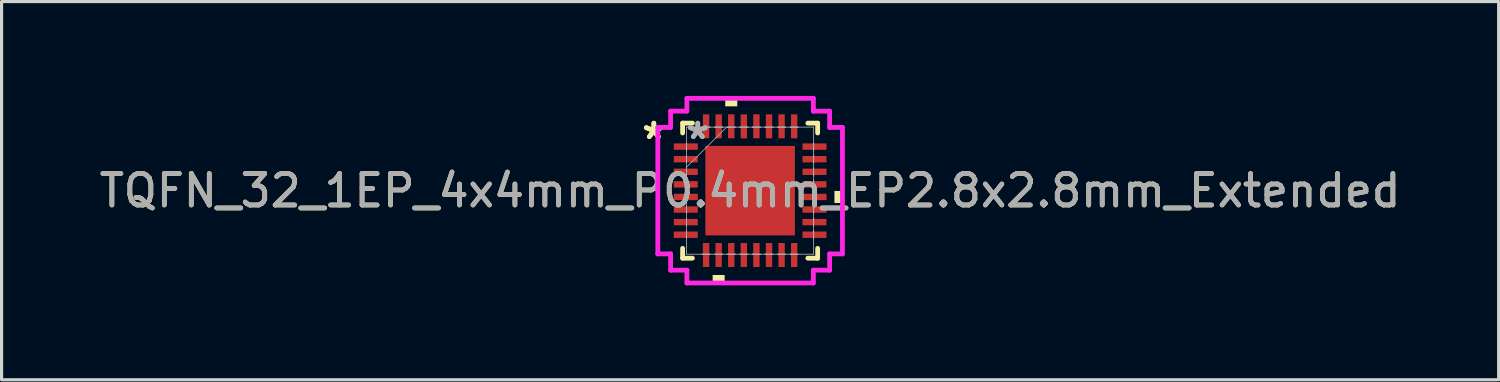
<source format=kicad_pcb>
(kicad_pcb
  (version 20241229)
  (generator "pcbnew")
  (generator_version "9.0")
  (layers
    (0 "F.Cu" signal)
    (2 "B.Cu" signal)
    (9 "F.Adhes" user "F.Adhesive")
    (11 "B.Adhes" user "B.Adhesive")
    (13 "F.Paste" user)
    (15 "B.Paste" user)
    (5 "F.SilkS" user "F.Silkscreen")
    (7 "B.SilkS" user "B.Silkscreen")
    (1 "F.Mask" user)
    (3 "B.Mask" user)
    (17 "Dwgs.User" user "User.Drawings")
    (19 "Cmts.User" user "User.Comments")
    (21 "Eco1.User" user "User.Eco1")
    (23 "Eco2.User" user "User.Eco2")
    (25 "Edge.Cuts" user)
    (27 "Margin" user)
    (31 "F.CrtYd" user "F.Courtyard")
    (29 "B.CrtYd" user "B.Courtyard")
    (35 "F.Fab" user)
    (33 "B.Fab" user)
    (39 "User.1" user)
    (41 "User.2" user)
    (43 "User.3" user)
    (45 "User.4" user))
  (footprint "TQFN_32_1EP_4x4mm_P0.4mm_EP2.8x2.8mm_Extended"
    (layer "F.Cu")
    (at 20.792 3.01)
    (property "Reference" "TQFN_32_1EP_4x4mm_P0.4mm_EP2.8x2.8mm_Extended" (at 0 0 0) (unlocked yes) (layer "F.SilkS") (effects (font (size 1 1) (thickness 0.15))))
    (attr smd)
    (fp_line (start -2.146 -2.146) (end -2.146 -1.834) (stroke (width 0.152) (type solid)) (layer "F.SilkS"))
    (fp_line (start -2.146 1.834) (end -2.146 2.146) (stroke (width 0.152) (type solid)) (layer "F.SilkS"))
    (fp_line (start -2.146 2.146) (end -1.834 2.146) (stroke (width 0.152) (type solid)) (layer "F.SilkS"))
    (fp_line (start -1.834 -2.146) (end -2.146 -2.146) (stroke (width 0.152) (type solid)) (layer "F.SilkS"))
    (fp_line (start 1.834 2.146) (end 2.146 2.146) (stroke (width 0.152) (type solid)) (layer "F.SilkS"))
    (fp_line (start 2.146 -2.146) (end 1.834 -2.146) (stroke (width 0.152) (type solid)) (layer "F.SilkS"))
    (fp_line (start 2.146 -1.834) (end 2.146 -2.146) (stroke (width 0.152) (type solid)) (layer "F.SilkS"))
    (fp_line (start 2.146 2.146) (end 2.146 1.834) (stroke (width 0.152) (type solid)) (layer "F.SilkS"))
    (fp_poly (pts (xy -1.191 2.68) (xy -1.191 2.934) (xy -0.81 2.934) (xy -0.81 2.68)) (stroke (width 0) (type solid)) (fill yes) (layer "F.SilkS"))
    (fp_poly (pts (xy -0.79 -2.68) (xy -0.79 -2.934) (xy -0.409 -2.934) (xy -0.409 -2.68)) (stroke (width 0) (type solid)) (fill yes) (layer "F.SilkS"))
    (fp_poly (pts (xy 2.934 0.009) (xy 2.934 0.391) (xy 2.68 0.391) (xy 2.68 0.009)) (stroke (width 0) (type solid)) (fill yes) (layer "F.SilkS"))
    (fp_poly (pts (xy -1.322 -1.322) (xy -1.322 -0.1) (xy -0.1 -0.1) (xy -0.1 -1.322)) (stroke (width 0) (type solid)) (fill yes) (layer "F.Paste"))
    (fp_poly (pts (xy -1.322 0.1) (xy -1.322 1.322) (xy -0.1 1.322) (xy -0.1 0.1)) (stroke (width 0) (type solid)) (fill yes) (layer "F.Paste"))
    (fp_poly (pts (xy 0.1 -1.322) (xy 0.1 -0.1) (xy 1.322 -0.1) (xy 1.322 -1.322)) (stroke (width 0) (type solid)) (fill yes) (layer "F.Paste"))
    (fp_poly (pts (xy 0.1 0.1) (xy 0.1 1.322) (xy 1.322 1.322) (xy 1.322 0.1)) (stroke (width 0) (type solid)) (fill yes) (layer "F.Paste"))
    (fp_line (start -2.934 -2.01) (end -2.527 -2.01) (stroke (width 0.152) (type solid)) (layer "F.CrtYd"))
    (fp_line (start -2.934 2.01) (end -2.934 -2.01) (stroke (width 0.152) (type solid)) (layer "F.CrtYd"))
    (fp_line (start -2.527 -2.527) (end -2.01 -2.527) (stroke (width 0.152) (type solid)) (layer "F.CrtYd"))
    (fp_line (start -2.527 -2.01) (end -2.527 -2.527) (stroke (width 0.152) (type solid)) (layer "F.CrtYd"))
    (fp_line (start -2.527 2.01) (end -2.934 2.01) (stroke (width 0.152) (type solid)) (layer "F.CrtYd"))
    (fp_line (start -2.527 2.527) (end -2.527 2.01) (stroke (width 0.152) (type solid)) (layer "F.CrtYd"))
    (fp_line (start -2.01 -2.934) (end 2.01 -2.934) (stroke (width 0.152) (type solid)) (layer "F.CrtYd"))
    (fp_line (start -2.01 -2.527) (end -2.01 -2.934) (stroke (width 0.152) (type solid)) (layer "F.CrtYd"))
    (fp_line (start -2.01 2.527) (end -2.527 2.527) (stroke (width 0.152) (type solid)) (layer "F.CrtYd"))
    (fp_line (start -2.01 2.934) (end -2.01 2.527) (stroke (width 0.152) (type solid)) (layer "F.CrtYd"))
    (fp_line (start 2.01 -2.934) (end 2.01 -2.527) (stroke (width 0.152) (type solid)) (layer "F.CrtYd"))
    (fp_line (start 2.01 -2.527) (end 2.527 -2.527) (stroke (width 0.152) (type solid)) (layer "F.CrtYd"))
    (fp_line (start 2.01 2.527) (end 2.01 2.934) (stroke (width 0.152) (type solid)) (layer "F.CrtYd"))
    (fp_line (start 2.01 2.934) (end -2.01 2.934) (stroke (width 0.152) (type solid)) (layer "F.CrtYd"))
    (fp_line (start 2.527 -2.527) (end 2.527 -2.01) (stroke (width 0.152) (type solid)) (layer "F.CrtYd"))
    (fp_line (start 2.527 -2.01) (end 2.934 -2.01) (stroke (width 0.152) (type solid)) (layer "F.CrtYd"))
    (fp_line (start 2.527 2.01) (end 2.527 2.527) (stroke (width 0.152) (type solid)) (layer "F.CrtYd"))
    (fp_line (start 2.527 2.527) (end 2.01 2.527) (stroke (width 0.152) (type solid)) (layer "F.CrtYd"))
    (fp_line (start 2.934 -2.01) (end 2.934 2.01) (stroke (width 0.152) (type solid)) (layer "F.CrtYd"))
    (fp_line (start 2.934 2.01) (end 2.527 2.01) (stroke (width 0.152) (type solid)) (layer "F.CrtYd"))
    (fp_line (start -2.019 -2.019) (end -2.019 -2.019) (stroke (width 0.025) (type solid)) (layer "F.Fab"))
    (fp_line (start -2.019 -2.019) (end -2.019 2.019) (stroke (width 0.025) (type solid)) (layer "F.Fab"))
    (fp_line (start -2.019 -1.527) (end -2.019 -1.527) (stroke (width 0.025) (type solid)) (layer "F.Fab"))
    (fp_line (start -2.019 -1.527) (end -2.019 -1.273) (stroke (width 0.025) (type solid)) (layer "F.Fab"))
    (fp_line (start -2.019 -1.273) (end -2.019 -1.527) (stroke (width 0.025) (type solid)) (layer "F.Fab"))
    (fp_line (start -2.019 -1.273) (end -2.019 -1.273) (stroke (width 0.025) (type solid)) (layer "F.Fab"))
    (fp_line (start -2.019 -1.127) (end -2.019 -1.127) (stroke (width 0.025) (type solid)) (layer "F.Fab"))
    (fp_line (start -2.019 -1.127) (end -2.019 -0.873) (stroke (width 0.025) (type solid)) (layer "F.Fab"))
    (fp_line (start -2.019 -0.873) (end -2.019 -1.127) (stroke (width 0.025) (type solid)) (layer "F.Fab"))
    (fp_line (start -2.019 -0.873) (end -2.019 -0.873) (stroke (width 0.025) (type solid)) (layer "F.Fab"))
    (fp_line (start -2.019 -0.749) (end -0.749 -2.019) (stroke (width 0.025) (type solid)) (layer "F.Fab"))
    (fp_line (start -2.019 -0.727) (end -2.019 -0.727) (stroke (width 0.025) (type solid)) (layer "F.Fab"))
    (fp_line (start -2.019 -0.727) (end -2.019 -0.473) (stroke (width 0.025) (type solid)) (layer "F.Fab"))
    (fp_line (start -2.019 -0.473) (end -2.019 -0.727) (stroke (width 0.025) (type solid)) (layer "F.Fab"))
    (fp_line (start -2.019 -0.473) (end -2.019 -0.473) (stroke (width 0.025) (type solid)) (layer "F.Fab"))
    (fp_line (start -2.019 -0.327) (end -2.019 -0.327) (stroke (width 0.025) (type solid)) (layer "F.Fab"))
    (fp_line (start -2.019 -0.327) (end -2.019 -0.073) (stroke (width 0.025) (type solid)) (layer "F.Fab"))
    (fp_line (start -2.019 -0.073) (end -2.019 -0.327) (stroke (width 0.025) (type solid)) (layer "F.Fab"))
    (fp_line (start -2.019 -0.073) (end -2.019 -0.073) (stroke (width 0.025) (type solid)) (layer "F.Fab"))
    (fp_line (start -2.019 0.073) (end -2.019 0.073) (stroke (width 0.025) (type solid)) (layer "F.Fab"))
    (fp_line (start -2.019 0.073) (end -2.019 0.327) (stroke (width 0.025) (type solid)) (layer "F.Fab"))
    (fp_line (start -2.019 0.327) (end -2.019 0.073) (stroke (width 0.025) (type solid)) (layer "F.Fab"))
    (fp_line (start -2.019 0.327) (end -2.019 0.327) (stroke (width 0.025) (type solid)) (layer "F.Fab"))
    (fp_line (start -2.019 0.473) (end -2.019 0.473) (stroke (width 0.025) (type solid)) (layer "F.Fab"))
    (fp_line (start -2.019 0.473) (end -2.019 0.727) (stroke (width 0.025) (type solid)) (layer "F.Fab"))
    (fp_line (start -2.019 0.727) (end -2.019 0.473) (stroke (width 0.025) (type solid)) (layer "F.Fab"))
    (fp_line (start -2.019 0.727) (end -2.019 0.727) (stroke (width 0.025) (type solid)) (layer "F.Fab"))
    (fp_line (start -2.019 0.873) (end -2.019 0.873) (stroke (width 0.025) (type solid)) (layer "F.Fab"))
    (fp_line (start -2.019 0.873) (end -2.019 1.127) (stroke (width 0.025) (type solid)) (layer "F.Fab"))
    (fp_line (start -2.019 1.127) (end -2.019 0.873) (stroke (width 0.025) (type solid)) (layer "F.Fab"))
    (fp_line (start -2.019 1.127) (end -2.019 1.127) (stroke (width 0.025) (type solid)) (layer "F.Fab"))
    (fp_line (start -2.019 1.273) (end -2.019 1.273) (stroke (width 0.025) (type solid)) (layer "F.Fab"))
    (fp_line (start -2.019 1.273) (end -2.019 1.527) (stroke (width 0.025) (type solid)) (layer "F.Fab"))
    (fp_line (start -2.019 1.527) (end -2.019 1.273) (stroke (width 0.025) (type solid)) (layer "F.Fab"))
    (fp_line (start -2.019 1.527) (end -2.019 1.527) (stroke (width 0.025) (type solid)) (layer "F.Fab"))
    (fp_line (start -2.019 2.019) (end -2.019 2.019) (stroke (width 0.025) (type solid)) (layer "F.Fab"))
    (fp_line (start -2.019 2.019) (end 2.019 2.019) (stroke (width 0.025) (type solid)) (layer "F.Fab"))
    (fp_line (start -1.527 -2.019) (end -1.527 -2.019) (stroke (width 0.025) (type solid)) (layer "F.Fab"))
    (fp_line (start -1.527 -2.019) (end -1.273 -2.019) (stroke (width 0.025) (type solid)) (layer "F.Fab"))
    (fp_line (start -1.527 2.019) (end -1.527 2.019) (stroke (width 0.025) (type solid)) (layer "F.Fab"))
    (fp_line (start -1.527 2.019) (end -1.273 2.019) (stroke (width 0.025) (type solid)) (layer "F.Fab"))
    (fp_line (start -1.273 -2.019) (end -1.527 -2.019) (stroke (width 0.025) (type solid)) (layer "F.Fab"))
    (fp_line (start -1.273 -2.019) (end -1.273 -2.019) (stroke (width 0.025) (type solid)) (layer "F.Fab"))
    (fp_line (start -1.273 2.019) (end -1.527 2.019) (stroke (width 0.025) (type solid)) (layer "F.Fab"))
    (fp_line (start -1.273 2.019) (end -1.273 2.019) (stroke (width 0.025) (type solid)) (layer "F.Fab"))
    (fp_line (start -1.127 -2.019) (end -1.127 -2.019) (stroke (width 0.025) (type solid)) (layer "F.Fab"))
    (fp_line (start -1.127 -2.019) (end -0.873 -2.019) (stroke (width 0.025) (type solid)) (layer "F.Fab"))
    (fp_line (start -1.127 2.019) (end -1.127 2.019) (stroke (width 0.025) (type solid)) (layer "F.Fab"))
    (fp_line (start -1.127 2.019) (end -0.873 2.019) (stroke (width 0.025) (type solid)) (layer "F.Fab"))
    (fp_line (start -0.873 -2.019) (end -1.127 -2.019) (stroke (width 0.025) (type solid)) (layer "F.Fab"))
    (fp_line (start -0.873 -2.019) (end -0.873 -2.019) (stroke (width 0.025) (type solid)) (layer "F.Fab"))
    (fp_line (start -0.873 2.019) (end -1.127 2.019) (stroke (width 0.025) (type solid)) (layer "F.Fab"))
    (fp_line (start -0.873 2.019) (end -0.873 2.019) (stroke (width 0.025) (type solid)) (layer "F.Fab"))
    (fp_line (start -0.727 -2.019) (end -0.727 -2.019) (stroke (width 0.025) (type solid)) (layer "F.Fab"))
    (fp_line (start -0.727 -2.019) (end -0.473 -2.019) (stroke (width 0.025) (type solid)) (layer "F.Fab"))
    (fp_line (start -0.727 2.019) (end -0.727 2.019) (stroke (width 0.025) (type solid)) (layer "F.Fab"))
    (fp_line (start -0.727 2.019) (end -0.473 2.019) (stroke (width 0.025) (type solid)) (layer "F.Fab"))
    (fp_line (start -0.473 -2.019) (end -0.727 -2.019) (stroke (width 0.025) (type solid)) (layer "F.Fab"))
    (fp_line (start -0.473 -2.019) (end -0.473 -2.019) (stroke (width 0.025) (type solid)) (layer "F.Fab"))
    (fp_line (start -0.473 2.019) (end -0.727 2.019) (stroke (width 0.025) (type solid)) (layer "F.Fab"))
    (fp_line (start -0.473 2.019) (end -0.473 2.019) (stroke (width 0.025) (type solid)) (layer "F.Fab"))
    (fp_line (start -0.327 -2.019) (end -0.327 -2.019) (stroke (width 0.025) (type solid)) (layer "F.Fab"))
    (fp_line (start -0.327 -2.019) (end -0.073 -2.019) (stroke (width 0.025) (type solid)) (layer "F.Fab"))
    (fp_line (start -0.327 2.019) (end -0.327 2.019) (stroke (width 0.025) (type solid)) (layer "F.Fab"))
    (fp_line (start -0.327 2.019) (end -0.073 2.019) (stroke (width 0.025) (type solid)) (layer "F.Fab"))
    (fp_line (start -0.073 -2.019) (end -0.327 -2.019) (stroke (width 0.025) (type solid)) (layer "F.Fab"))
    (fp_line (start -0.073 -2.019) (end -0.073 -2.019) (stroke (width 0.025) (type solid)) (layer "F.Fab"))
    (fp_line (start -0.073 2.019) (end -0.327 2.019) (stroke (width 0.025) (type solid)) (layer "F.Fab"))
    (fp_line (start -0.073 2.019) (end -0.073 2.019) (stroke (width 0.025) (type solid)) (layer "F.Fab"))
    (fp_line (start 0.073 -2.019) (end 0.073 -2.019) (stroke (width 0.025) (type solid)) (layer "F.Fab"))
    (fp_line (start 0.073 -2.019) (end 0.327 -2.019) (stroke (width 0.025) (type solid)) (layer "F.Fab"))
    (fp_line (start 0.073 2.019) (end 0.073 2.019) (stroke (width 0.025) (type solid)) (layer "F.Fab"))
    (fp_line (start 0.073 2.019) (end 0.327 2.019) (stroke (width 0.025) (type solid)) (layer "F.Fab"))
    (fp_line (start 0.327 -2.019) (end 0.073 -2.019) (stroke (width 0.025) (type solid)) (layer "F.Fab"))
    (fp_line (start 0.327 -2.019) (end 0.327 -2.019) (stroke (width 0.025) (type solid)) (layer "F.Fab"))
    (fp_line (start 0.327 2.019) (end 0.073 2.019) (stroke (width 0.025) (type solid)) (layer "F.Fab"))
    (fp_line (start 0.327 2.019) (end 0.327 2.019) (stroke (width 0.025) (type solid)) (layer "F.Fab"))
    (fp_line (start 0.473 -2.019) (end 0.473 -2.019) (stroke (width 0.025) (type solid)) (layer "F.Fab"))
    (fp_line (start 0.473 -2.019) (end 0.727 -2.019) (stroke (width 0.025) (type solid)) (layer "F.Fab"))
    (fp_line (start 0.473 2.019) (end 0.473 2.019) (stroke (width 0.025) (type solid)) (layer "F.Fab"))
    (fp_line (start 0.473 2.019) (end 0.727 2.019) (stroke (width 0.025) (type solid)) (layer "F.Fab"))
    (fp_line (start 0.727 -2.019) (end 0.473 -2.019) (stroke (width 0.025) (type solid)) (layer "F.Fab"))
    (fp_line (start 0.727 -2.019) (end 0.727 -2.019) (stroke (width 0.025) (type solid)) (layer "F.Fab"))
    (fp_line (start 0.727 2.019) (end 0.473 2.019) (stroke (width 0.025) (type solid)) (layer "F.Fab"))
    (fp_line (start 0.727 2.019) (end 0.727 2.019) (stroke (width 0.025) (type solid)) (layer "F.Fab"))
    (fp_line (start 0.873 -2.019) (end 0.873 -2.019) (stroke (width 0.025) (type solid)) (layer "F.Fab"))
    (fp_line (start 0.873 -2.019) (end 1.127 -2.019) (stroke (width 0.025) (type solid)) (layer "F.Fab"))
    (fp_line (start 0.873 2.019) (end 0.873 2.019) (stroke (width 0.025) (type solid)) (layer "F.Fab"))
    (fp_line (start 0.873 2.019) (end 1.127 2.019) (stroke (width 0.025) (type solid)) (layer "F.Fab"))
    (fp_line (start 1.127 -2.019) (end 0.873 -2.019) (stroke (width 0.025) (type solid)) (layer "F.Fab"))
    (fp_line (start 1.127 -2.019) (end 1.127 -2.019) (stroke (width 0.025) (type solid)) (layer "F.Fab"))
    (fp_line (start 1.127 2.019) (end 0.873 2.019) (stroke (width 0.025) (type solid)) (layer "F.Fab"))
    (fp_line (start 1.127 2.019) (end 1.127 2.019) (stroke (width 0.025) (type solid)) (layer "F.Fab"))
    (fp_line (start 1.273 -2.019) (end 1.273 -2.019) (stroke (width 0.025) (type solid)) (layer "F.Fab"))
    (fp_line (start 1.273 -2.019) (end 1.527 -2.019) (stroke (width 0.025) (type solid)) (layer "F.Fab"))
    (fp_line (start 1.273 2.019) (end 1.273 2.019) (stroke (width 0.025) (type solid)) (layer "F.Fab"))
    (fp_line (start 1.273 2.019) (end 1.527 2.019) (stroke (width 0.025) (type solid)) (layer "F.Fab"))
    (fp_line (start 1.527 -2.019) (end 1.273 -2.019) (stroke (width 0.025) (type solid)) (layer "F.Fab"))
    (fp_line (start 1.527 -2.019) (end 1.527 -2.019) (stroke (width 0.025) (type solid)) (layer "F.Fab"))
    (fp_line (start 1.527 2.019) (end 1.273 2.019) (stroke (width 0.025) (type solid)) (layer "F.Fab"))
    (fp_line (start 1.527 2.019) (end 1.527 2.019) (stroke (width 0.025) (type solid)) (layer "F.Fab"))
    (fp_line (start 2.019 -2.019) (end -2.019 -2.019) (stroke (width 0.025) (type solid)) (layer "F.Fab"))
    (fp_line (start 2.019 -2.019) (end 2.019 -2.019) (stroke (width 0.025) (type solid)) (layer "F.Fab"))
    (fp_line (start 2.019 -1.527) (end 2.019 -1.527) (stroke (width 0.025) (type solid)) (layer "F.Fab"))
    (fp_line (start 2.019 -1.527) (end 2.019 -1.273) (stroke (width 0.025) (type solid)) (layer "F.Fab"))
    (fp_line (start 2.019 -1.273) (end 2.019 -1.527) (stroke (width 0.025) (type solid)) (layer "F.Fab"))
    (fp_line (start 2.019 -1.273) (end 2.019 -1.273) (stroke (width 0.025) (type solid)) (layer "F.Fab"))
    (fp_line (start 2.019 -1.127) (end 2.019 -1.127) (stroke (width 0.025) (type solid)) (layer "F.Fab"))
    (fp_line (start 2.019 -1.127) (end 2.019 -0.873) (stroke (width 0.025) (type solid)) (layer "F.Fab"))
    (fp_line (start 2.019 -0.873) (end 2.019 -1.127) (stroke (width 0.025) (type solid)) (layer "F.Fab"))
    (fp_line (start 2.019 -0.873) (end 2.019 -0.873) (stroke (width 0.025) (type solid)) (layer "F.Fab"))
    (fp_line (start 2.019 -0.727) (end 2.019 -0.727) (stroke (width 0.025) (type solid)) (layer "F.Fab"))
    (fp_line (start 2.019 -0.727) (end 2.019 -0.473) (stroke (width 0.025) (type solid)) (layer "F.Fab"))
    (fp_line (start 2.019 -0.473) (end 2.019 -0.727) (stroke (width 0.025) (type solid)) (layer "F.Fab"))
    (fp_line (start 2.019 -0.473) (end 2.019 -0.473) (stroke (width 0.025) (type solid)) (layer "F.Fab"))
    (fp_line (start 2.019 -0.327) (end 2.019 -0.327) (stroke (width 0.025) (type solid)) (layer "F.Fab"))
    (fp_line (start 2.019 -0.327) (end 2.019 -0.073) (stroke (width 0.025) (type solid)) (layer "F.Fab"))
    (fp_line (start 2.019 -0.073) (end 2.019 -0.327) (stroke (width 0.025) (type solid)) (layer "F.Fab"))
    (fp_line (start 2.019 -0.073) (end 2.019 -0.073) (stroke (width 0.025) (type solid)) (layer "F.Fab"))
    (fp_line (start 2.019 0.073) (end 2.019 0.073) (stroke (width 0.025) (type solid)) (layer "F.Fab"))
    (fp_line (start 2.019 0.073) (end 2.019 0.327) (stroke (width 0.025) (type solid)) (layer "F.Fab"))
    (fp_line (start 2.019 0.327) (end 2.019 0.073) (stroke (width 0.025) (type solid)) (layer "F.Fab"))
    (fp_line (start 2.019 0.327) (end 2.019 0.327) (stroke (width 0.025) (type solid)) (layer "F.Fab"))
    (fp_line (start 2.019 0.473) (end 2.019 0.473) (stroke (width 0.025) (type solid)) (layer "F.Fab"))
    (fp_line (start 2.019 0.473) (end 2.019 0.727) (stroke (width 0.025) (type solid)) (layer "F.Fab"))
    (fp_line (start 2.019 0.727) (end 2.019 0.473) (stroke (width 0.025) (type solid)) (layer "F.Fab"))
    (fp_line (start 2.019 0.727) (end 2.019 0.727) (stroke (width 0.025) (type solid)) (layer "F.Fab"))
    (fp_line (start 2.019 0.873) (end 2.019 0.873) (stroke (width 0.025) (type solid)) (layer "F.Fab"))
    (fp_line (start 2.019 0.873) (end 2.019 1.127) (stroke (width 0.025) (type solid)) (layer "F.Fab"))
    (fp_line (start 2.019 1.127) (end 2.019 0.873) (stroke (width 0.025) (type solid)) (layer "F.Fab"))
    (fp_line (start 2.019 1.127) (end 2.019 1.127) (stroke (width 0.025) (type solid)) (layer "F.Fab"))
    (fp_line (start 2.019 1.273) (end 2.019 1.273) (stroke (width 0.025) (type solid)) (layer "F.Fab"))
    (fp_line (start 2.019 1.273) (end 2.019 1.527) (stroke (width 0.025) (type solid)) (layer "F.Fab"))
    (fp_line (start 2.019 1.527) (end 2.019 1.273) (stroke (width 0.025) (type solid)) (layer "F.Fab"))
    (fp_line (start 2.019 1.527) (end 2.019 1.527) (stroke (width 0.025) (type solid)) (layer "F.Fab"))
    (fp_line (start 2.019 2.019) (end 2.019 -2.019) (stroke (width 0.025) (type solid)) (layer "F.Fab"))
    (fp_line (start 2.019 2.019) (end 2.019 2.019) (stroke (width 0.025) (type solid)) (layer "F.Fab"))
    (fp_text user "*" (at -3.061 -1.6 0) (layer "F.SilkS") (effects (font (size 1 1) (thickness 0.15))))
    (fp_text user "*" (at -3.061 -1.6 0) (unlocked yes) (layer "F.SilkS") (effects (font (size 1 1) (thickness 0.15))))
    (fp_text user "*" (at -1.664 -1.6 0) (unlocked yes) (layer "F.Fab") (effects (font (size 1 1) (thickness 0.15))))
    (fp_text user "${REFERENCE}" (at 0 0 0) (unlocked yes) (layer "F.Fab") (effects (font (size 1 1) (thickness 0.15))))
    (fp_text user "*" (at -1.664 -1.6 0) (layer "F.Fab") (effects (font (size 1 1) (thickness 0.15))))
    (pad "1" smd rect (at -2.045 -1.4 90) (size 0.203 0.762) (layers "F.Cu" "F.Mask" "F.Paste"))
    (pad "2" smd rect (at -2.045 -1 90) (size 0.203 0.762) (layers "F.Cu" "F.Mask" "F.Paste"))
    (pad "3" smd rect (at -2.045 -0.6 90) (size 0.203 0.762) (layers "F.Cu" "F.Mask" "F.Paste"))
    (pad "4" smd rect (at -2.045 -0.2 90) (size 0.203 0.762) (layers "F.Cu" "F.Mask" "F.Paste"))
    (pad "5" smd rect (at -2.045 0.2 90) (size 0.203 0.762) (layers "F.Cu" "F.Mask" "F.Paste"))
    (pad "6" smd rect (at -2.045 0.6 90) (size 0.203 0.762) (layers "F.Cu" "F.Mask" "F.Paste"))
    (pad "7" smd rect (at -2.045 1 90) (size 0.203 0.762) (layers "F.Cu" "F.Mask" "F.Paste"))
    (pad "8" smd rect (at -2.045 1.4 90) (size 0.203 0.762) (layers "F.Cu" "F.Mask" "F.Paste"))
    (pad "9" smd rect (at -1.4 2.045) (size 0.203 0.762) (layers "F.Cu" "F.Mask" "F.Paste"))
    (pad "10" smd rect (at -1 2.045) (size 0.203 0.762) (layers "F.Cu" "F.Mask" "F.Paste"))
    (pad "11" smd rect (at -0.6 2.045) (size 0.203 0.762) (layers "F.Cu" "F.Mask" "F.Paste"))
    (pad "12" smd rect (at -0.2 2.045) (size 0.203 0.762) (layers "F.Cu" "F.Mask" "F.Paste"))
    (pad "13" smd rect (at 0.2 2.045) (size 0.203 0.762) (layers "F.Cu" "F.Mask" "F.Paste"))
    (pad "14" smd rect (at 0.6 2.045) (size 0.203 0.762) (layers "F.Cu" "F.Mask" "F.Paste"))
    (pad "15" smd rect (at 1 2.045) (size 0.203 0.762) (layers "F.Cu" "F.Mask" "F.Paste"))
    (pad "16" smd rect (at 1.4 2.045) (size 0.203 0.762) (layers "F.Cu" "F.Mask" "F.Paste"))
    (pad "17" smd rect (at 2.045 1.4 90) (size 0.203 0.762) (layers "F.Cu" "F.Mask" "F.Paste"))
    (pad "18" smd rect (at 2.045 1 90) (size 0.203 0.762) (layers "F.Cu" "F.Mask" "F.Paste"))
    (pad "19" smd rect (at 2.045 0.6 90) (size 0.203 0.762) (layers "F.Cu" "F.Mask" "F.Paste"))
    (pad "20" smd rect (at 2.045 0.2 90) (size 0.203 0.762) (layers "F.Cu" "F.Mask" "F.Paste"))
    (pad "21" smd rect (at 2.045 -0.2 90) (size 0.203 0.762) (layers "F.Cu" "F.Mask" "F.Paste"))
    (pad "22" smd rect (at 2.045 -0.6 90) (size 0.203 0.762) (layers "F.Cu" "F.Mask" "F.Paste"))
    (pad "23" smd rect (at 2.045 -1 90) (size 0.203 0.762) (layers "F.Cu" "F.Mask" "F.Paste"))
    (pad "24" smd rect (at 2.045 -1.4 90) (size 0.203 0.762) (layers "F.Cu" "F.Mask" "F.Paste"))
    (pad "25" smd rect (at 1.4 -2.045) (size 0.203 0.762) (layers "F.Cu" "F.Mask" "F.Paste"))
    (pad "26" smd rect (at 1 -2.045) (size 0.203 0.762) (layers "F.Cu" "F.Mask" "F.Paste"))
    (pad "27" smd rect (at 0.6 -2.045) (size 0.203 0.762) (layers "F.Cu" "F.Mask" "F.Paste"))
    (pad "28" smd rect (at 0.2 -2.045) (size 0.203 0.762) (layers "F.Cu" "F.Mask" "F.Paste"))
    (pad "29" smd rect (at -0.2 -2.045) (size 0.203 0.762) (layers "F.Cu" "F.Mask" "F.Paste"))
    (pad "30" smd rect (at -0.6 -2.045) (size 0.203 0.762) (layers "F.Cu" "F.Mask" "F.Paste"))
    (pad "31" smd rect (at -1 -2.045) (size 0.203 0.762) (layers "F.Cu" "F.Mask" "F.Paste"))
    (pad "32" smd rect (at -1.4 -2.045) (size 0.203 0.762) (layers "F.Cu" "F.Mask" "F.Paste"))
    (pad "33" smd rect (at 0 0) (size 2.845 2.845) (layers "F.Cu" "F.Mask" "F.Paste")))
  (gr_rect
    (start -3 -3)
    (end 44.583 9.02)
    (stroke (width 0.1) (type default))
    (fill no)
    (layer "Edge.Cuts")))
</source>
